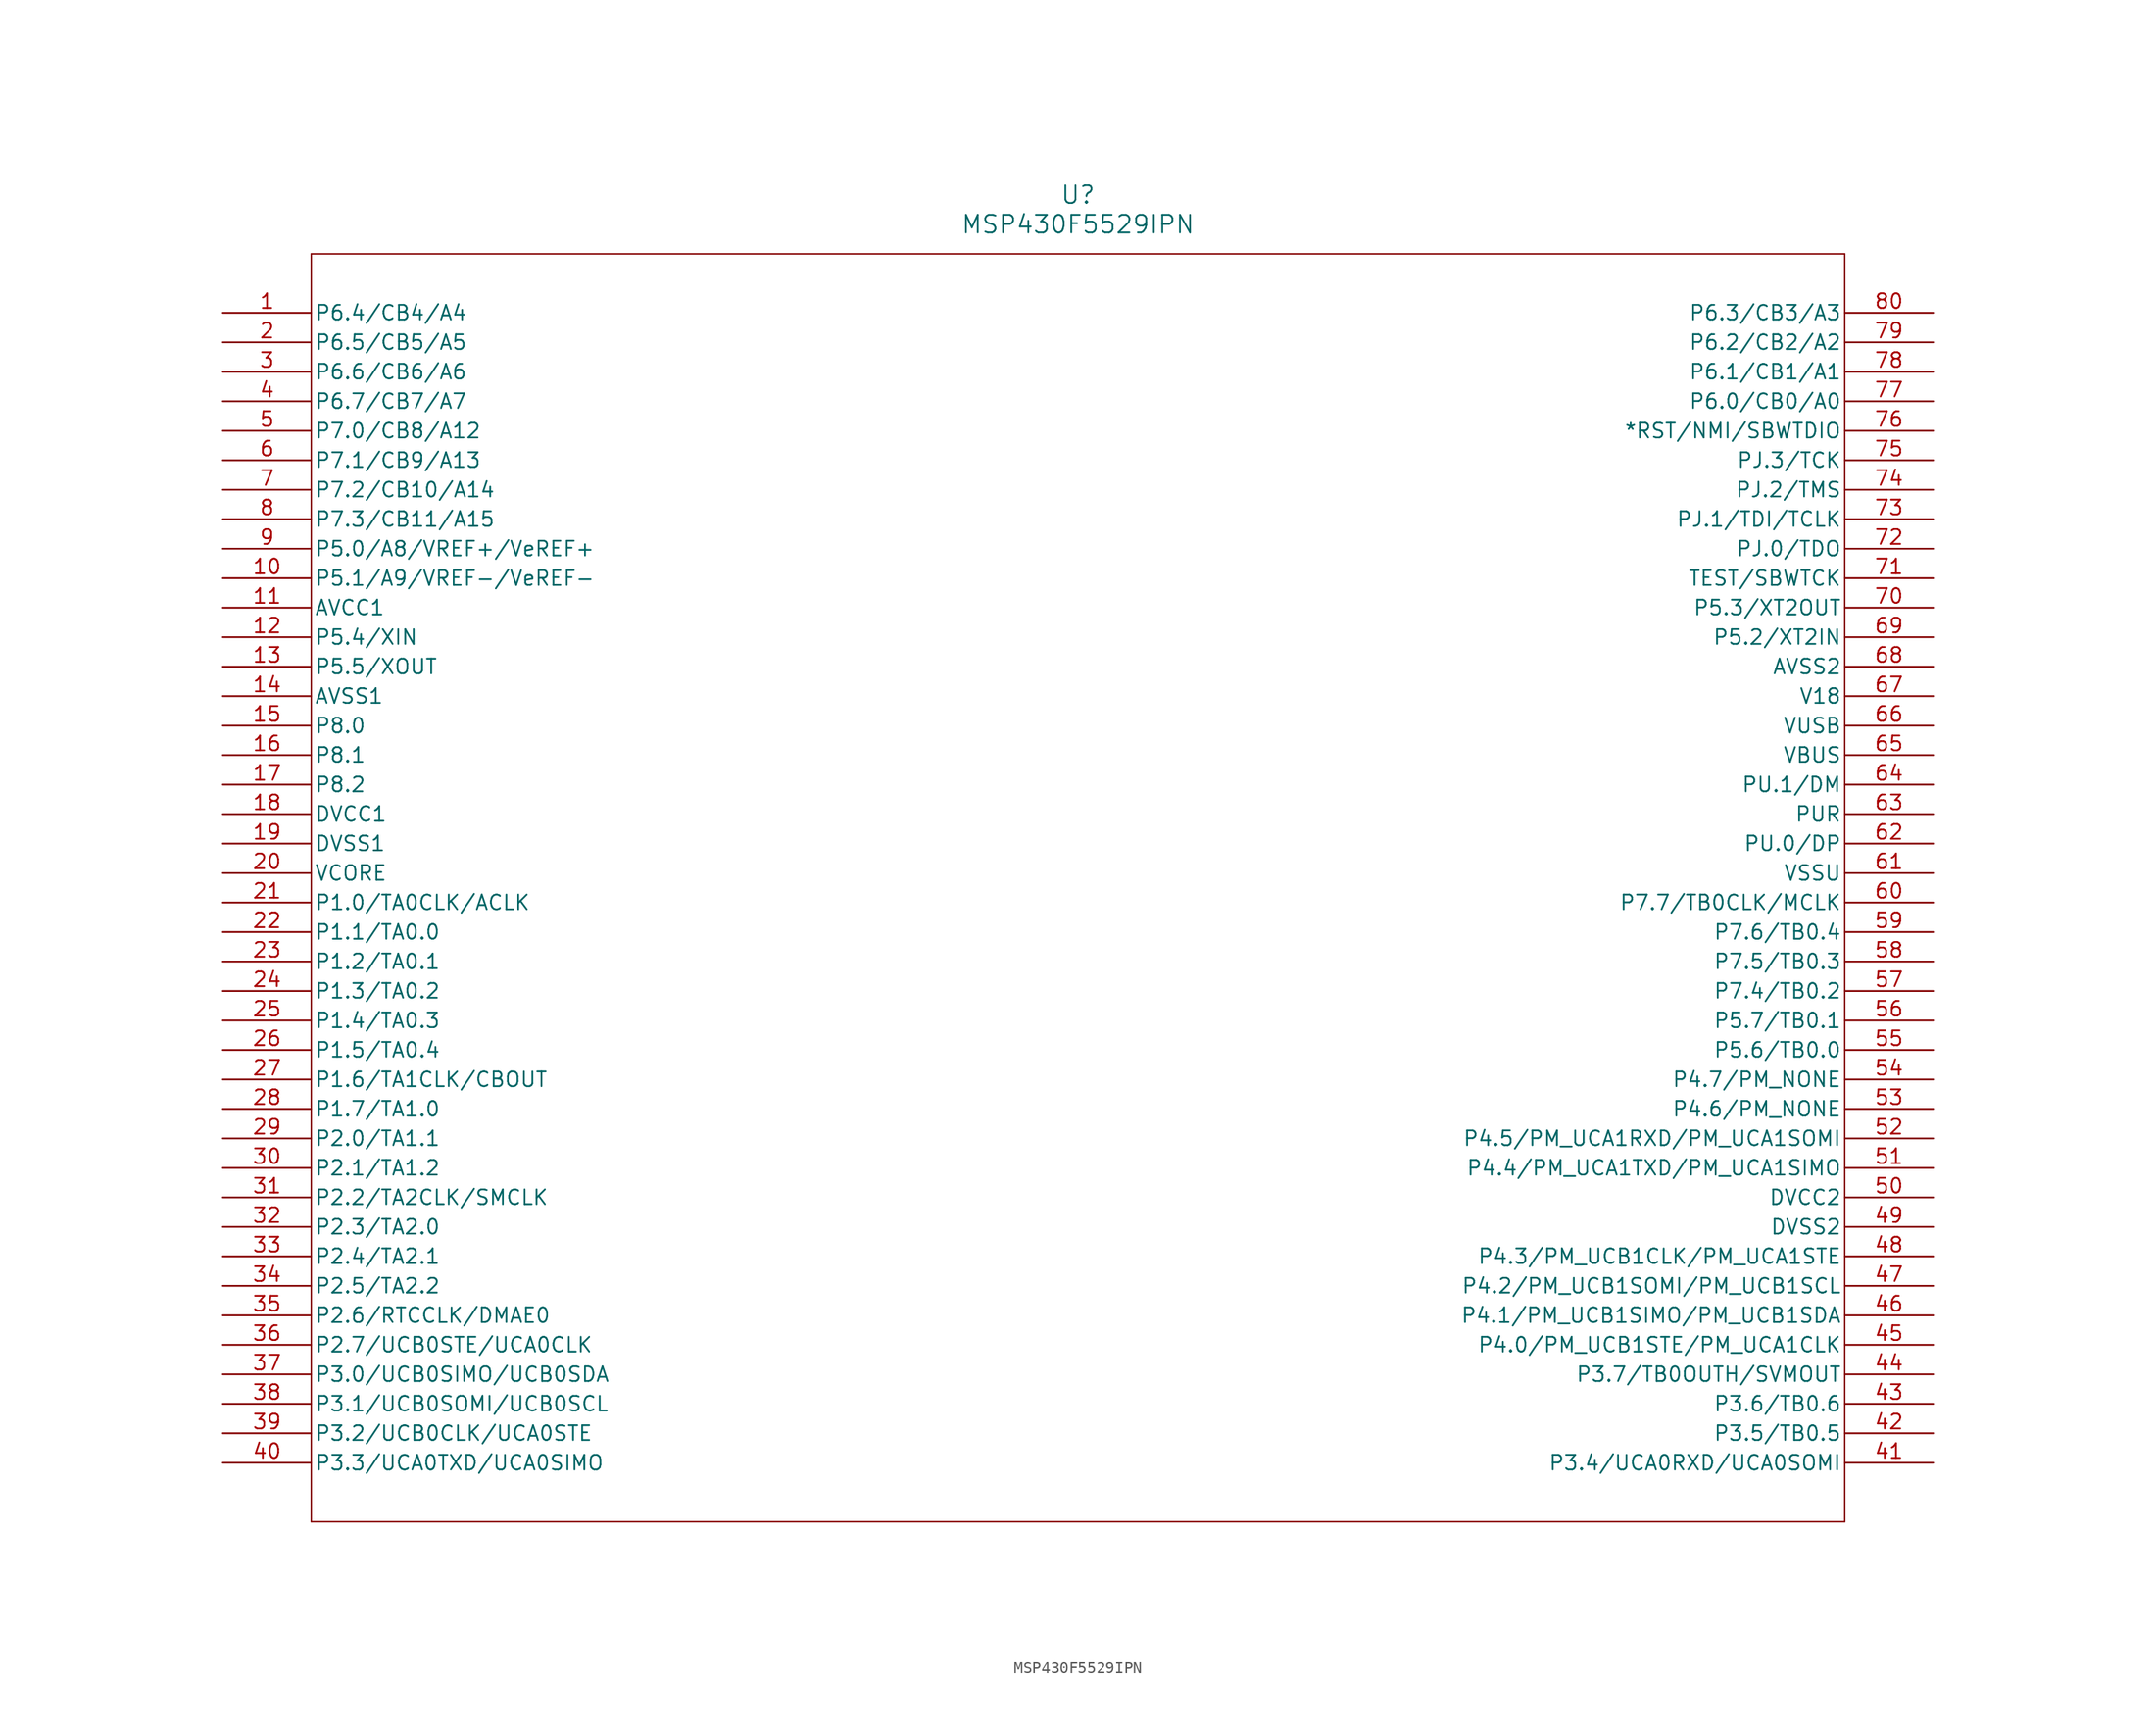
<source format=kicad_sym>
(kicad_symbol_lib
  (version 20211014)
  (generator kicad_symbol_editor)
  (symbol "MSP430F5529IPN"
    (pin_names
      (offset 0.254))
    (property "Reference" "U"
      (at 73.66 10.16 0)
      (effects (font (size 1.524 1.524))))
    (property "Value" "MSP430F5529IPN"
      (at 73.66 7.62 0)
      (effects (font (size 1.524 1.524))))
    (symbol "MSP430F5529IPN_0_1"
      (polyline (pts (xy 7.62 5.08) (xy 7.62 -104.14)) (stroke (width 0.127) (type default) (color 0 0 0 0)) (fill (type none)))
      (polyline (pts (xy 7.62 -104.14) (xy 139.7 -104.14)) (stroke (width 0.127) (type default) (color 0 0 0 0)) (fill (type none)))
      (polyline (pts (xy 139.7 -104.14) (xy 139.7 5.08)) (stroke (width 0.127) (type default) (color 0 0 0 0)) (fill (type none)))
      (polyline (pts (xy 139.7 5.08) (xy 7.62 5.08)) (stroke (width 0.127) (type default) (color 0 0 0 0)) (fill (type none)))
      (pin bidirectional line (at 0 0 0) (length 7.62) (name "P6.4/CB4/A4" (effects (font (size 1.27 1.27)))) (number "1" (effects (font (size 1.27 1.27)))))
      (pin bidirectional line (at 0 -2.54 0) (length 7.62) (name "P6.5/CB5/A5" (effects (font (size 1.27 1.27)))) (number "2" (effects (font (size 1.27 1.27)))))
      (pin bidirectional line (at 0 -5.08 0) (length 7.62) (name "P6.6/CB6/A6" (effects (font (size 1.27 1.27)))) (number "3" (effects (font (size 1.27 1.27)))))
      (pin bidirectional line (at 0 -7.62 0) (length 7.62) (name "P6.7/CB7/A7" (effects (font (size 1.27 1.27)))) (number "4" (effects (font (size 1.27 1.27)))))
      (pin bidirectional line (at 0 -10.16 0) (length 7.62) (name "P7.0/CB8/A12" (effects (font (size 1.27 1.27)))) (number "5" (effects (font (size 1.27 1.27)))))
      (pin bidirectional line (at 0 -12.7 0) (length 7.62) (name "P7.1/CB9/A13" (effects (font (size 1.27 1.27)))) (number "6" (effects (font (size 1.27 1.27)))))
      (pin bidirectional line (at 0 -15.24 0) (length 7.62) (name "P7.2/CB10/A14" (effects (font (size 1.27 1.27)))) (number "7" (effects (font (size 1.27 1.27)))))
      (pin bidirectional line (at 0 -17.78 0) (length 7.62) (name "P7.3/CB11/A15" (effects (font (size 1.27 1.27)))) (number "8" (effects (font (size 1.27 1.27)))))
      (pin bidirectional line (at 0 -20.32 0) (length 7.62) (name "P5.0/A8/VREF+/VeREF+" (effects (font (size 1.27 1.27)))) (number "9" (effects (font (size 1.27 1.27)))))
      (pin bidirectional line (at 0 -22.86 0) (length 7.62) (name "P5.1/A9/VREF-/VeREF-" (effects (font (size 1.27 1.27)))) (number "10" (effects (font (size 1.27 1.27)))))
      (pin power_in line (at 0 -25.4 0) (length 7.62) (name "AVCC1" (effects (font (size 1.27 1.27)))) (number "11" (effects (font (size 1.27 1.27)))))
      (pin bidirectional line (at 0 -27.94 0) (length 7.62) (name "P5.4/XIN" (effects (font (size 1.27 1.27)))) (number "12" (effects (font (size 1.27 1.27)))))
      (pin bidirectional line (at 0 -30.48 0) (length 7.62) (name "P5.5/XOUT" (effects (font (size 1.27 1.27)))) (number "13" (effects (font (size 1.27 1.27)))))
      (pin power_in line (at 0 -33.02 0) (length 7.62) (name "AVSS1" (effects (font (size 1.27 1.27)))) (number "14" (effects (font (size 1.27 1.27)))))
      (pin bidirectional line (at 0 -35.56 0) (length 7.62) (name "P8.0" (effects (font (size 1.27 1.27)))) (number "15" (effects (font (size 1.27 1.27)))))
      (pin bidirectional line (at 0 -38.1 0) (length 7.62) (name "P8.1" (effects (font (size 1.27 1.27)))) (number "16" (effects (font (size 1.27 1.27)))))
      (pin bidirectional line (at 0 -40.64 0) (length 7.62) (name "P8.2" (effects (font (size 1.27 1.27)))) (number "17" (effects (font (size 1.27 1.27)))))
      (pin power_in line (at 0 -43.18 0) (length 7.62) (name "DVCC1" (effects (font (size 1.27 1.27)))) (number "18" (effects (font (size 1.27 1.27)))))
      (pin power_in line (at 0 -45.72 0) (length 7.62) (name "DVSS1" (effects (font (size 1.27 1.27)))) (number "19" (effects (font (size 1.27 1.27)))))
      (pin power_in line (at 0 -48.26 0) (length 7.62) (name "VCORE" (effects (font (size 1.27 1.27)))) (number "20" (effects (font (size 1.27 1.27)))))
      (pin bidirectional line (at 0 -50.8 0) (length 7.62) (name "P1.0/TA0CLK/ACLK" (effects (font (size 1.27 1.27)))) (number "21" (effects (font (size 1.27 1.27)))))
      (pin bidirectional line (at 0 -53.34 0) (length 7.62) (name "P1.1/TA0.0" (effects (font (size 1.27 1.27)))) (number "22" (effects (font (size 1.27 1.27)))))
      (pin bidirectional line (at 0 -55.88 0) (length 7.62) (name "P1.2/TA0.1" (effects (font (size 1.27 1.27)))) (number "23" (effects (font (size 1.27 1.27)))))
      (pin bidirectional line (at 0 -58.42 0) (length 7.62) (name "P1.3/TA0.2" (effects (font (size 1.27 1.27)))) (number "24" (effects (font (size 1.27 1.27)))))
      (pin bidirectional line (at 0 -60.96 0) (length 7.62) (name "P1.4/TA0.3" (effects (font (size 1.27 1.27)))) (number "25" (effects (font (size 1.27 1.27)))))
      (pin bidirectional line (at 0 -63.5 0) (length 7.62) (name "P1.5/TA0.4" (effects (font (size 1.27 1.27)))) (number "26" (effects (font (size 1.27 1.27)))))
      (pin bidirectional line (at 0 -66.04 0) (length 7.62) (name "P1.6/TA1CLK/CBOUT" (effects (font (size 1.27 1.27)))) (number "27" (effects (font (size 1.27 1.27)))))
      (pin bidirectional line (at 0 -68.58 0) (length 7.62) (name "P1.7/TA1.0" (effects (font (size 1.27 1.27)))) (number "28" (effects (font (size 1.27 1.27)))))
      (pin bidirectional line (at 0 -71.12 0) (length 7.62) (name "P2.0/TA1.1" (effects (font (size 1.27 1.27)))) (number "29" (effects (font (size 1.27 1.27)))))
      (pin bidirectional line (at 0 -73.66 0) (length 7.62) (name "P2.1/TA1.2" (effects (font (size 1.27 1.27)))) (number "30" (effects (font (size 1.27 1.27)))))
      (pin bidirectional line (at 0 -76.2 0) (length 7.62) (name "P2.2/TA2CLK/SMCLK" (effects (font (size 1.27 1.27)))) (number "31" (effects (font (size 1.27 1.27)))))
      (pin bidirectional line (at 0 -78.74 0) (length 7.62) (name "P2.3/TA2.0" (effects (font (size 1.27 1.27)))) (number "32" (effects (font (size 1.27 1.27)))))
      (pin bidirectional line (at 0 -81.28 0) (length 7.62) (name "P2.4/TA2.1" (effects (font (size 1.27 1.27)))) (number "33" (effects (font (size 1.27 1.27)))))
      (pin bidirectional line (at 0 -83.82 0) (length 7.62) (name "P2.5/TA2.2" (effects (font (size 1.27 1.27)))) (number "34" (effects (font (size 1.27 1.27)))))
      (pin bidirectional line (at 0 -86.36 0) (length 7.62) (name "P2.6/RTCCLK/DMAE0" (effects (font (size 1.27 1.27)))) (number "35" (effects (font (size 1.27 1.27)))))
      (pin bidirectional line (at 0 -88.9 0) (length 7.62) (name "P2.7/UCB0STE/UCA0CLK" (effects (font (size 1.27 1.27)))) (number "36" (effects (font (size 1.27 1.27)))))
      (pin bidirectional line (at 0 -91.44 0) (length 7.62) (name "P3.0/UCB0SIMO/UCB0SDA" (effects (font (size 1.27 1.27)))) (number "37" (effects (font (size 1.27 1.27)))))
      (pin bidirectional line (at 0 -93.98 0) (length 7.62) (name "P3.1/UCB0SOMI/UCB0SCL" (effects (font (size 1.27 1.27)))) (number "38" (effects (font (size 1.27 1.27)))))
      (pin bidirectional line (at 0 -96.52 0) (length 7.62) (name "P3.2/UCB0CLK/UCA0STE" (effects (font (size 1.27 1.27)))) (number "39" (effects (font (size 1.27 1.27)))))
      (pin bidirectional line (at 0 -99.06 0) (length 7.62) (name "P3.3/UCA0TXD/UCA0SIMO" (effects (font (size 1.27 1.27)))) (number "40" (effects (font (size 1.27 1.27)))))
      (pin bidirectional line (at 147.32 -99.06 180) (length 7.62) (name "P3.4/UCA0RXD/UCA0SOMI" (effects (font (size 1.27 1.27)))) (number "41" (effects (font (size 1.27 1.27)))))
      (pin bidirectional line (at 147.32 -96.52 180) (length 7.62) (name "P3.5/TB0.5" (effects (font (size 1.27 1.27)))) (number "42" (effects (font (size 1.27 1.27)))))
      (pin bidirectional line (at 147.32 -93.98 180) (length 7.62) (name "P3.6/TB0.6" (effects (font (size 1.27 1.27)))) (number "43" (effects (font (size 1.27 1.27)))))
      (pin bidirectional line (at 147.32 -91.44 180) (length 7.62) (name "P3.7/TB0OUTH/SVMOUT" (effects (font (size 1.27 1.27)))) (number "44" (effects (font (size 1.27 1.27)))))
      (pin bidirectional line (at 147.32 -88.9 180) (length 7.62) (name "P4.0/PM_UCB1STE/PM_UCA1CLK" (effects (font (size 1.27 1.27)))) (number "45" (effects (font (size 1.27 1.27)))))
      (pin bidirectional line (at 147.32 -86.36 180) (length 7.62) (name "P4.1/PM_UCB1SIMO/PM_UCB1SDA" (effects (font (size 1.27 1.27)))) (number "46" (effects (font (size 1.27 1.27)))))
      (pin bidirectional line (at 147.32 -83.82 180) (length 7.62) (name "P4.2/PM_UCB1SOMI/PM_UCB1SCL" (effects (font (size 1.27 1.27)))) (number "47" (effects (font (size 1.27 1.27)))))
      (pin bidirectional line (at 147.32 -81.28 180) (length 7.62) (name "P4.3/PM_UCB1CLK/PM_UCA1STE" (effects (font (size 1.27 1.27)))) (number "48" (effects (font (size 1.27 1.27)))))
      (pin power_in line (at 147.32 -78.74 180) (length 7.62) (name "DVSS2" (effects (font (size 1.27 1.27)))) (number "49" (effects (font (size 1.27 1.27)))))
      (pin power_in line (at 147.32 -76.2 180) (length 7.62) (name "DVCC2" (effects (font (size 1.27 1.27)))) (number "50" (effects (font (size 1.27 1.27)))))
      (pin bidirectional line (at 147.32 -73.66 180) (length 7.62) (name "P4.4/PM_UCA1TXD/PM_UCA1SIMO" (effects (font (size 1.27 1.27)))) (number "51" (effects (font (size 1.27 1.27)))))
      (pin bidirectional line (at 147.32 -71.12 180) (length 7.62) (name "P4.5/PM_UCA1RXD/PM_UCA1SOMI" (effects (font (size 1.27 1.27)))) (number "52" (effects (font (size 1.27 1.27)))))
      (pin bidirectional line (at 147.32 -68.58 180) (length 7.62) (name "P4.6/PM_NONE" (effects (font (size 1.27 1.27)))) (number "53" (effects (font (size 1.27 1.27)))))
      (pin bidirectional line (at 147.32 -66.04 180) (length 7.62) (name "P4.7/PM_NONE" (effects (font (size 1.27 1.27)))) (number "54" (effects (font (size 1.27 1.27)))))
      (pin bidirectional line (at 147.32 -63.5 180) (length 7.62) (name "P5.6/TB0.0" (effects (font (size 1.27 1.27)))) (number "55" (effects (font (size 1.27 1.27)))))
      (pin bidirectional line (at 147.32 -60.96 180) (length 7.62) (name "P5.7/TB0.1" (effects (font (size 1.27 1.27)))) (number "56" (effects (font (size 1.27 1.27)))))
      (pin bidirectional line (at 147.32 -58.42 180) (length 7.62) (name "P7.4/TB0.2" (effects (font (size 1.27 1.27)))) (number "57" (effects (font (size 1.27 1.27)))))
      (pin bidirectional line (at 147.32 -55.88 180) (length 7.62) (name "P7.5/TB0.3" (effects (font (size 1.27 1.27)))) (number "58" (effects (font (size 1.27 1.27)))))
      (pin bidirectional line (at 147.32 -53.34 180) (length 7.62) (name "P7.6/TB0.4" (effects (font (size 1.27 1.27)))) (number "59" (effects (font (size 1.27 1.27)))))
      (pin bidirectional line (at 147.32 -50.8 180) (length 7.62) (name "P7.7/TB0CLK/MCLK" (effects (font (size 1.27 1.27)))) (number "60" (effects (font (size 1.27 1.27)))))
      (pin power_in line (at 147.32 -48.26 180) (length 7.62) (name "VSSU" (effects (font (size 1.27 1.27)))) (number "61" (effects (font (size 1.27 1.27)))))
      (pin bidirectional line (at 147.32 -45.72 180) (length 7.62) (name "PU.0/DP" (effects (font (size 1.27 1.27)))) (number "62" (effects (font (size 1.27 1.27)))))
      (pin bidirectional line (at 147.32 -43.18 180) (length 7.62) (name "PUR" (effects (font (size 1.27 1.27)))) (number "63" (effects (font (size 1.27 1.27)))))
      (pin bidirectional line (at 147.32 -40.64 180) (length 7.62) (name "PU.1/DM" (effects (font (size 1.27 1.27)))) (number "64" (effects (font (size 1.27 1.27)))))
      (pin power_in line (at 147.32 -38.1 180) (length 7.62) (name "VBUS" (effects (font (size 1.27 1.27)))) (number "65" (effects (font (size 1.27 1.27)))))
      (pin power_in line (at 147.32 -35.56 180) (length 7.62) (name "VUSB" (effects (font (size 1.27 1.27)))) (number "66" (effects (font (size 1.27 1.27)))))
      (pin power_in line (at 147.32 -33.02 180) (length 7.62) (name "V18" (effects (font (size 1.27 1.27)))) (number "67" (effects (font (size 1.27 1.27)))))
      (pin power_in line (at 147.32 -30.48 180) (length 7.62) (name "AVSS2" (effects (font (size 1.27 1.27)))) (number "68" (effects (font (size 1.27 1.27)))))
      (pin bidirectional line (at 147.32 -27.94 180) (length 7.62) (name "P5.2/XT2IN" (effects (font (size 1.27 1.27)))) (number "69" (effects (font (size 1.27 1.27)))))
      (pin bidirectional line (at 147.32 -25.4 180) (length 7.62) (name "P5.3/XT2OUT" (effects (font (size 1.27 1.27)))) (number "70" (effects (font (size 1.27 1.27)))))
      (pin bidirectional line (at 147.32 -22.86 180) (length 7.62) (name "TEST/SBWTCK" (effects (font (size 1.27 1.27)))) (number "71" (effects (font (size 1.27 1.27)))))
      (pin bidirectional line (at 147.32 -20.32 180) (length 7.62) (name "PJ.0/TDO" (effects (font (size 1.27 1.27)))) (number "72" (effects (font (size 1.27 1.27)))))
      (pin bidirectional line (at 147.32 -17.78 180) (length 7.62) (name "PJ.1/TDI/TCLK" (effects (font (size 1.27 1.27)))) (number "73" (effects (font (size 1.27 1.27)))))
      (pin bidirectional line (at 147.32 -15.24 180) (length 7.62) (name "PJ.2/TMS" (effects (font (size 1.27 1.27)))) (number "74" (effects (font (size 1.27 1.27)))))
      (pin bidirectional line (at 147.32 -12.7 180) (length 7.62) (name "PJ.3/TCK" (effects (font (size 1.27 1.27)))) (number "75" (effects (font (size 1.27 1.27)))))
      (pin bidirectional line (at 147.32 -10.16 180) (length 7.62) (name "*RST/NMI/SBWTDIO" (effects (font (size 1.27 1.27)))) (number "76" (effects (font (size 1.27 1.27)))))
      (pin bidirectional line (at 147.32 -7.62 180) (length 7.62) (name "P6.0/CB0/A0" (effects (font (size 1.27 1.27)))) (number "77" (effects (font (size 1.27 1.27)))))
      (pin bidirectional line (at 147.32 -5.08 180) (length 7.62) (name "P6.1/CB1/A1" (effects (font (size 1.27 1.27)))) (number "78" (effects (font (size 1.27 1.27)))))
      (pin bidirectional line (at 147.32 -2.54 180) (length 7.62) (name "P6.2/CB2/A2" (effects (font (size 1.27 1.27)))) (number "79" (effects (font (size 1.27 1.27)))))
      (pin bidirectional line (at 147.32 0 180) (length 7.62) (name "P6.3/CB3/A3" (effects (font (size 1.27 1.27)))) (number "80" (effects (font (size 1.27 1.27))))))))
</source>
